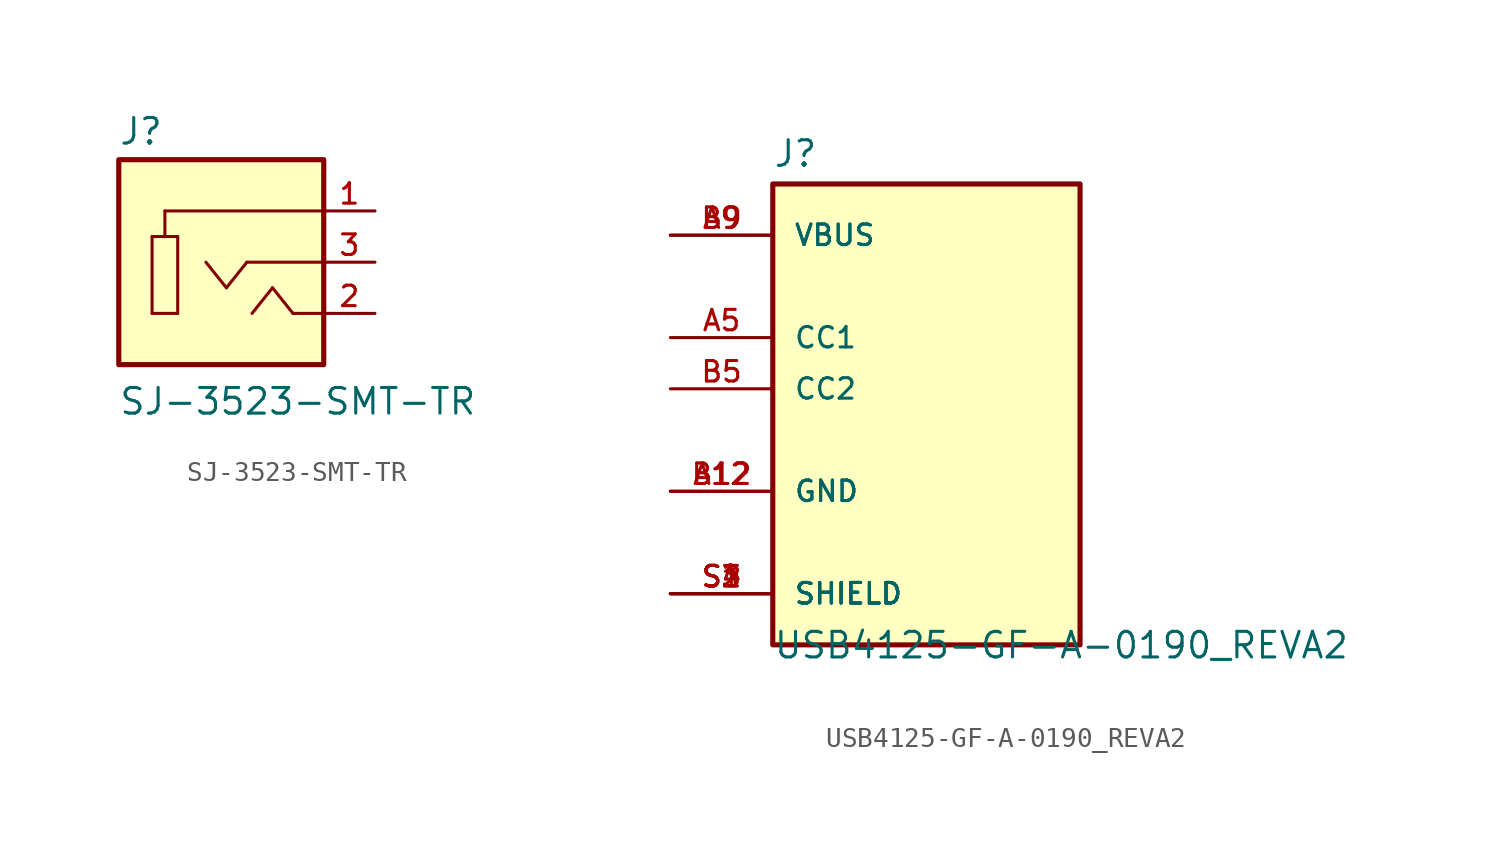
<source format=kicad_sym>
(kicad_symbol_lib
  (version 20211014)
  (generator kicad_symbol_editor)
  (symbol "SJ-3523-SMT-TR"
    (pin_names
      (offset 1.016) hide)
    (property "Reference" "J"
      (at -5.105 5.74 0)
      (effects (font (size 1.27 1.27)) (justify left bottom)))
    (property "Value" "SJ-3523-SMT-TR"
      (at -5.105 -7.645 0)
      (effects (font (size 1.27 1.27)) (justify left bottom)))
    (property "ki_locked" ""
      (at 0 0 0)
      (effects (font (size 1.27 1.27))))
    (symbol "SJ-3523-SMT-TR_0_0"
      (rectangle (start -5.08 -5.08) (end 5.08 5.08) (stroke (width 0.254) (type default) (color 0 0 0 0)) (fill (type background)))
      (polyline (pts (xy -3.429 -2.54) (xy -2.159 -2.54)) (stroke (width 0.152) (type default) (color 0 0 0 0)) (fill (type none)))
      (polyline (pts (xy -3.429 1.27) (xy -3.429 -2.54)) (stroke (width 0.152) (type default) (color 0 0 0 0)) (fill (type none)))
      (polyline (pts (xy -2.794 1.27) (xy -3.429 1.27)) (stroke (width 0.152) (type default) (color 0 0 0 0)) (fill (type none)))
      (polyline (pts (xy -2.794 1.27) (xy -2.794 2.54)) (stroke (width 0.152) (type default) (color 0 0 0 0)) (fill (type none)))
      (polyline (pts (xy -2.794 2.54) (xy 5.08 2.54)) (stroke (width 0.152) (type default) (color 0 0 0 0)) (fill (type none)))
      (polyline (pts (xy -2.159 -2.54) (xy -2.159 1.27)) (stroke (width 0.152) (type default) (color 0 0 0 0)) (fill (type none)))
      (polyline (pts (xy -2.159 1.27) (xy -2.794 1.27)) (stroke (width 0.152) (type default) (color 0 0 0 0)) (fill (type none)))
      (polyline (pts (xy 0.254 -1.27) (xy -0.762 0)) (stroke (width 0.152) (type default) (color 0 0 0 0)) (fill (type none)))
      (polyline (pts (xy 1.27 0) (xy 0.254 -1.27)) (stroke (width 0.152) (type default) (color 0 0 0 0)) (fill (type none)))
      (polyline (pts (xy 1.524 -2.54) (xy 2.54 -1.27)) (stroke (width 0.152) (type default) (color 0 0 0 0)) (fill (type none)))
      (polyline (pts (xy 2.54 -1.27) (xy 3.556 -2.54)) (stroke (width 0.152) (type default) (color 0 0 0 0)) (fill (type none)))
      (polyline (pts (xy 5.08 -2.54) (xy 3.556 -2.54)) (stroke (width 0.152) (type default) (color 0 0 0 0)) (fill (type none)))
      (polyline (pts (xy 5.08 0) (xy 1.27 0)) (stroke (width 0.152) (type default) (color 0 0 0 0)) (fill (type none)))
      (pin passive line (at 7.62 2.54 180) (length 2.54) (name "~" (effects (font (size 1.016 1.016)))) (number "1" (effects (font (size 1.016 1.016)))))
      (pin passive line (at 7.62 -2.54 180) (length 2.54) (name "~" (effects (font (size 1.016 1.016)))) (number "2" (effects (font (size 1.016 1.016)))))
      (pin passive line (at 7.62 0 180) (length 2.54) (name "~" (effects (font (size 1.016 1.016)))) (number "3" (effects (font (size 1.016 1.016)))))))
  (symbol "USB4125-GF-A-0190_REVA2"
    (pin_names
      (offset 1.016))
    (property "Reference" "J"
      (at -7.62 10.922 0)
      (effects (font (size 1.27 1.27)) (justify left bottom)))
    (property "Value" "USB4125-GF-A-0190_REVA2"
      (at -7.62 -13.462 0)
      (effects (font (size 1.27 1.27)) (justify left bottom)))
    (symbol "USB4125-GF-A-0190_REVA2_0_0"
      (rectangle (start -7.62 -12.7) (end 7.62 10.16) (stroke (width 0.254) (type default) (color 0 0 0 0)) (fill (type background)))
      (pin power_in line (at -12.7 -5.08 0) (length 5.08) (name "GND" (effects (font (size 1.016 1.016)))) (number "A12" (effects (font (size 1.016 1.016)))))
      (pin bidirectional line (at -12.7 2.54 0) (length 5.08) (name "CC1" (effects (font (size 1.016 1.016)))) (number "A5" (effects (font (size 1.016 1.016)))))
      (pin power_in line (at -12.7 7.62 0) (length 5.08) (name "VBUS" (effects (font (size 1.016 1.016)))) (number "A9" (effects (font (size 1.016 1.016)))))
      (pin power_in line (at -12.7 -5.08 0) (length 5.08) (name "GND" (effects (font (size 1.016 1.016)))) (number "B12" (effects (font (size 1.016 1.016)))))
      (pin bidirectional line (at -12.7 0 0) (length 5.08) (name "CC2" (effects (font (size 1.016 1.016)))) (number "B5" (effects (font (size 1.016 1.016)))))
      (pin power_in line (at -12.7 7.62 0) (length 5.08) (name "VBUS" (effects (font (size 1.016 1.016)))) (number "B9" (effects (font (size 1.016 1.016)))))
      (pin passive line (at -12.7 -10.16 0) (length 5.08) (name "SHIELD" (effects (font (size 1.016 1.016)))) (number "S1" (effects (font (size 1.016 1.016)))))
      (pin passive line (at -12.7 -10.16 0) (length 5.08) (name "SHIELD" (effects (font (size 1.016 1.016)))) (number "S2" (effects (font (size 1.016 1.016)))))
      (pin passive line (at -12.7 -10.16 0) (length 5.08) (name "SHIELD" (effects (font (size 1.016 1.016)))) (number "S3" (effects (font (size 1.016 1.016)))))
      (pin passive line (at -12.7 -10.16 0) (length 5.08) (name "SHIELD" (effects (font (size 1.016 1.016)))) (number "S4" (effects (font (size 1.016 1.016))))))))
</source>
